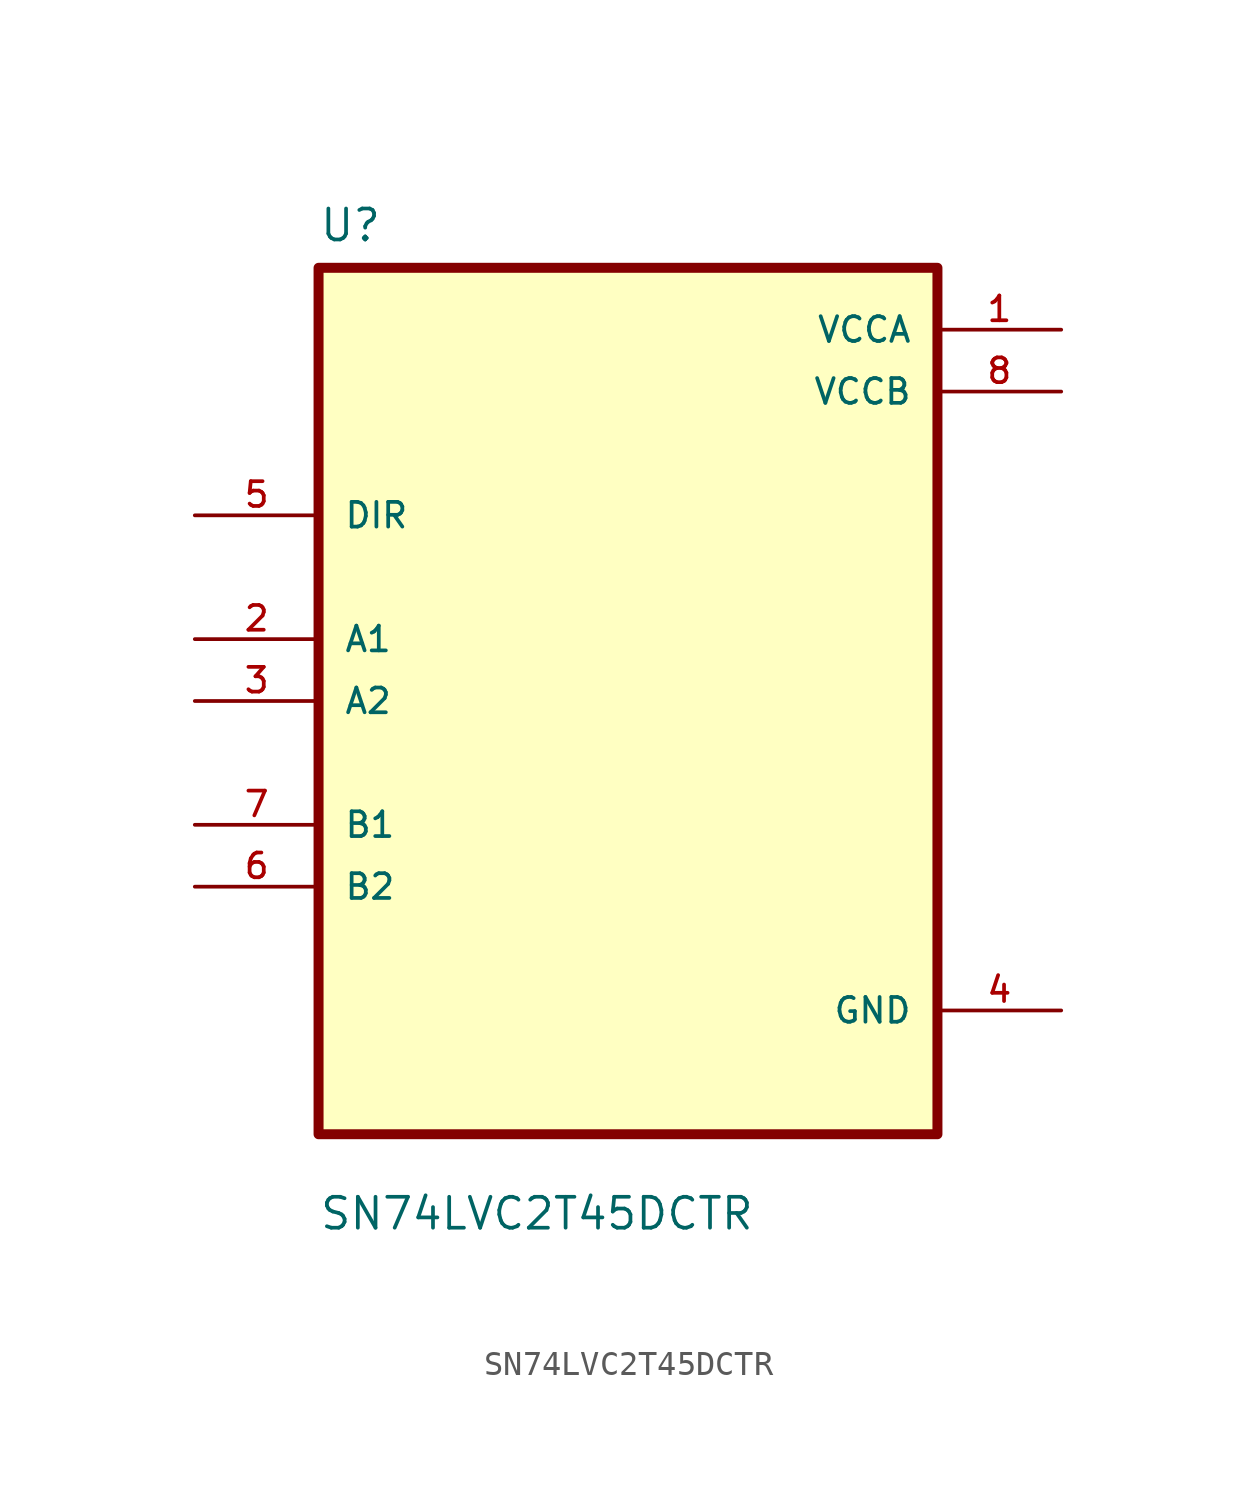
<source format=kicad_sym>
(kicad_symbol_lib
  (version 20211014)
  (generator kicad_symbol_editor)
  (symbol "SN74LVC2T45DCTR"
    (pin_names
      (offset 1.016))
    (property "Reference" "U"
      (at -12.7 18.78 0.0)
      (effects (font (size 1.27 1.27)) (justify bottom left)))
    (property "Value" "SN74LVC2T45DCTR"
      (at -12.7 -21.78 0.0)
      (effects (font (size 1.27 1.27)) (justify bottom left)))
    (symbol "SN74LVC2T45DCTR_0_0"
      (rectangle (start -12.7 -17.78) (end 12.7 17.78) (stroke (width 0.41)) (fill (type background)))
      (pin input line (at -17.78 7.62 0) (length 5.08) (name "DIR" (effects (font (size 1.016 1.016)))) (number "5" (effects (font (size 1.016 1.016)))))
      (pin bidirectional line (at -17.78 2.54 0) (length 5.08) (name "A1" (effects (font (size 1.016 1.016)))) (number "2" (effects (font (size 1.016 1.016)))))
      (pin bidirectional line (at -17.78 8.88178e-16 0) (length 5.08) (name "A2" (effects (font (size 1.016 1.016)))) (number "3" (effects (font (size 1.016 1.016)))))
      (pin bidirectional line (at -17.78 -5.08 0) (length 5.08) (name "B1" (effects (font (size 1.016 1.016)))) (number "7" (effects (font (size 1.016 1.016)))))
      (pin bidirectional line (at -17.78 -7.62 0) (length 5.08) (name "B2" (effects (font (size 1.016 1.016)))) (number "6" (effects (font (size 1.016 1.016)))))
      (pin power_in line (at 17.78 15.24 180.0) (length 5.08) (name "VCCA" (effects (font (size 1.016 1.016)))) (number "1" (effects (font (size 1.016 1.016)))))
      (pin power_in line (at 17.78 12.7 180.0) (length 5.08) (name "VCCB" (effects (font (size 1.016 1.016)))) (number "8" (effects (font (size 1.016 1.016)))))
      (pin power_in line (at 17.78 -12.7 180.0) (length 5.08) (name "GND" (effects (font (size 1.016 1.016)))) (number "4" (effects (font (size 1.016 1.016))))))))
</source>
